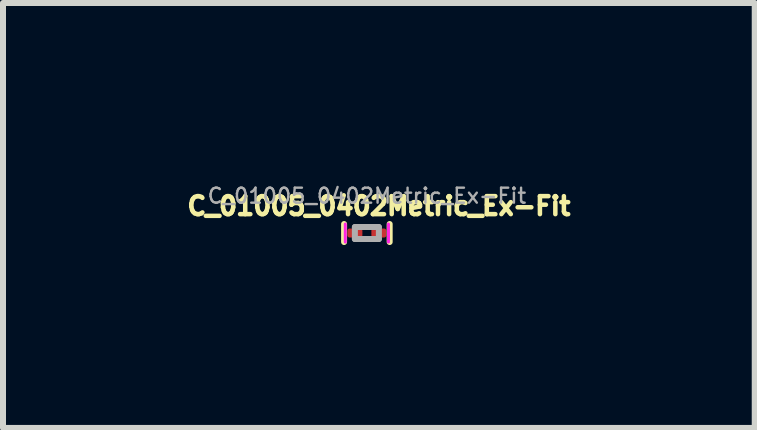
<source format=kicad_pcb>
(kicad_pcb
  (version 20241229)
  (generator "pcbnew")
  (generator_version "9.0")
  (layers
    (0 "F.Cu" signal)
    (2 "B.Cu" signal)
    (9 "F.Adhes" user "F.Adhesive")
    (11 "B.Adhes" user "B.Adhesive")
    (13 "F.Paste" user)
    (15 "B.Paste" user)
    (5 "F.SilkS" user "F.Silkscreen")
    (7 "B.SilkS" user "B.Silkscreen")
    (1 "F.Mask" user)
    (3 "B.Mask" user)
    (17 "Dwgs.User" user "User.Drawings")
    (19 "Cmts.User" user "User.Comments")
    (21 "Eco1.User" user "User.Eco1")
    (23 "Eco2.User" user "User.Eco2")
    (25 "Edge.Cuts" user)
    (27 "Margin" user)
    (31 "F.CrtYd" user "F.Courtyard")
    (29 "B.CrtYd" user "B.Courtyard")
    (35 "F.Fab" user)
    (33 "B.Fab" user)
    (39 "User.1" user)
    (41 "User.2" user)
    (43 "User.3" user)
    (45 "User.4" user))
  (footprint "C_01005_0402Metric_Ex-Fit"
    (layer "F.Cu")
    (at 3.068 0.836)
    (property "Reference" "C_01005_0402Metric_Ex-Fit" (at 0.2 -0.45 0) (layer "F.SilkS") (effects (font (size 0.3 0.3) (thickness 0.075))))
    (attr smd)
    (fp_line (start -0.38 -0.15) (end -0.38 0.15) (stroke (width 0.1) (type solid)) (layer "F.SilkS"))
    (fp_line (start 0.38 -0.15) (end 0.38 0.15) (stroke (width 0.1) (type solid)) (layer "F.SilkS"))
    (fp_line (start -0.36 0.15) (end -0.36 -0.15) (stroke (width 0.05) (type solid)) (layer "F.CrtYd"))
    (fp_line (start 0.36 -0.15) (end 0.36 0.15) (stroke (width 0.05) (type solid)) (layer "F.CrtYd"))
    (fp_line (start -0.2 -0.1) (end 0.2 -0.1) (stroke (width 0.1) (type solid)) (layer "F.Fab"))
    (fp_line (start -0.2 0.1) (end -0.2 -0.1) (stroke (width 0.1) (type solid)) (layer "F.Fab"))
    (fp_line (start 0.2 -0.1) (end 0.2 0.1) (stroke (width 0.1) (type solid)) (layer "F.Fab"))
    (fp_line (start 0.2 0.1) (end -0.2 0.1) (stroke (width 0.1) (type solid)) (layer "F.Fab"))
    (fp_text user "${REFERENCE}" (at 0 -0.62 0) (layer "F.Fab") (effects (font (size 0.25 0.25) (thickness 0.04))))
    (pad "" smd roundrect (at -0.18 0) (size 0.15 0.15) (layers "F.Paste") (roundrect_rratio 0.25))
    (pad "" smd roundrect (at 0.18 0) (size 0.15 0.15) (layers "F.Paste") (roundrect_rratio 0.25))
    (pad "1" smd roundrect (at -0.2 0) (size 0.25 0.15) (layers "F.Cu" "F.Mask") (roundrect_rratio 0.25))
    (pad "2" smd roundrect (at 0.2 0) (size 0.25 0.15) (layers "F.Cu" "F.Mask") (roundrect_rratio 0.25)))
  (gr_rect
    (start -3 -3)
    (end 9.536 4.086)
    (stroke (width 0.1) (type default))
    (fill no)
    (layer "Edge.Cuts")))
</source>
